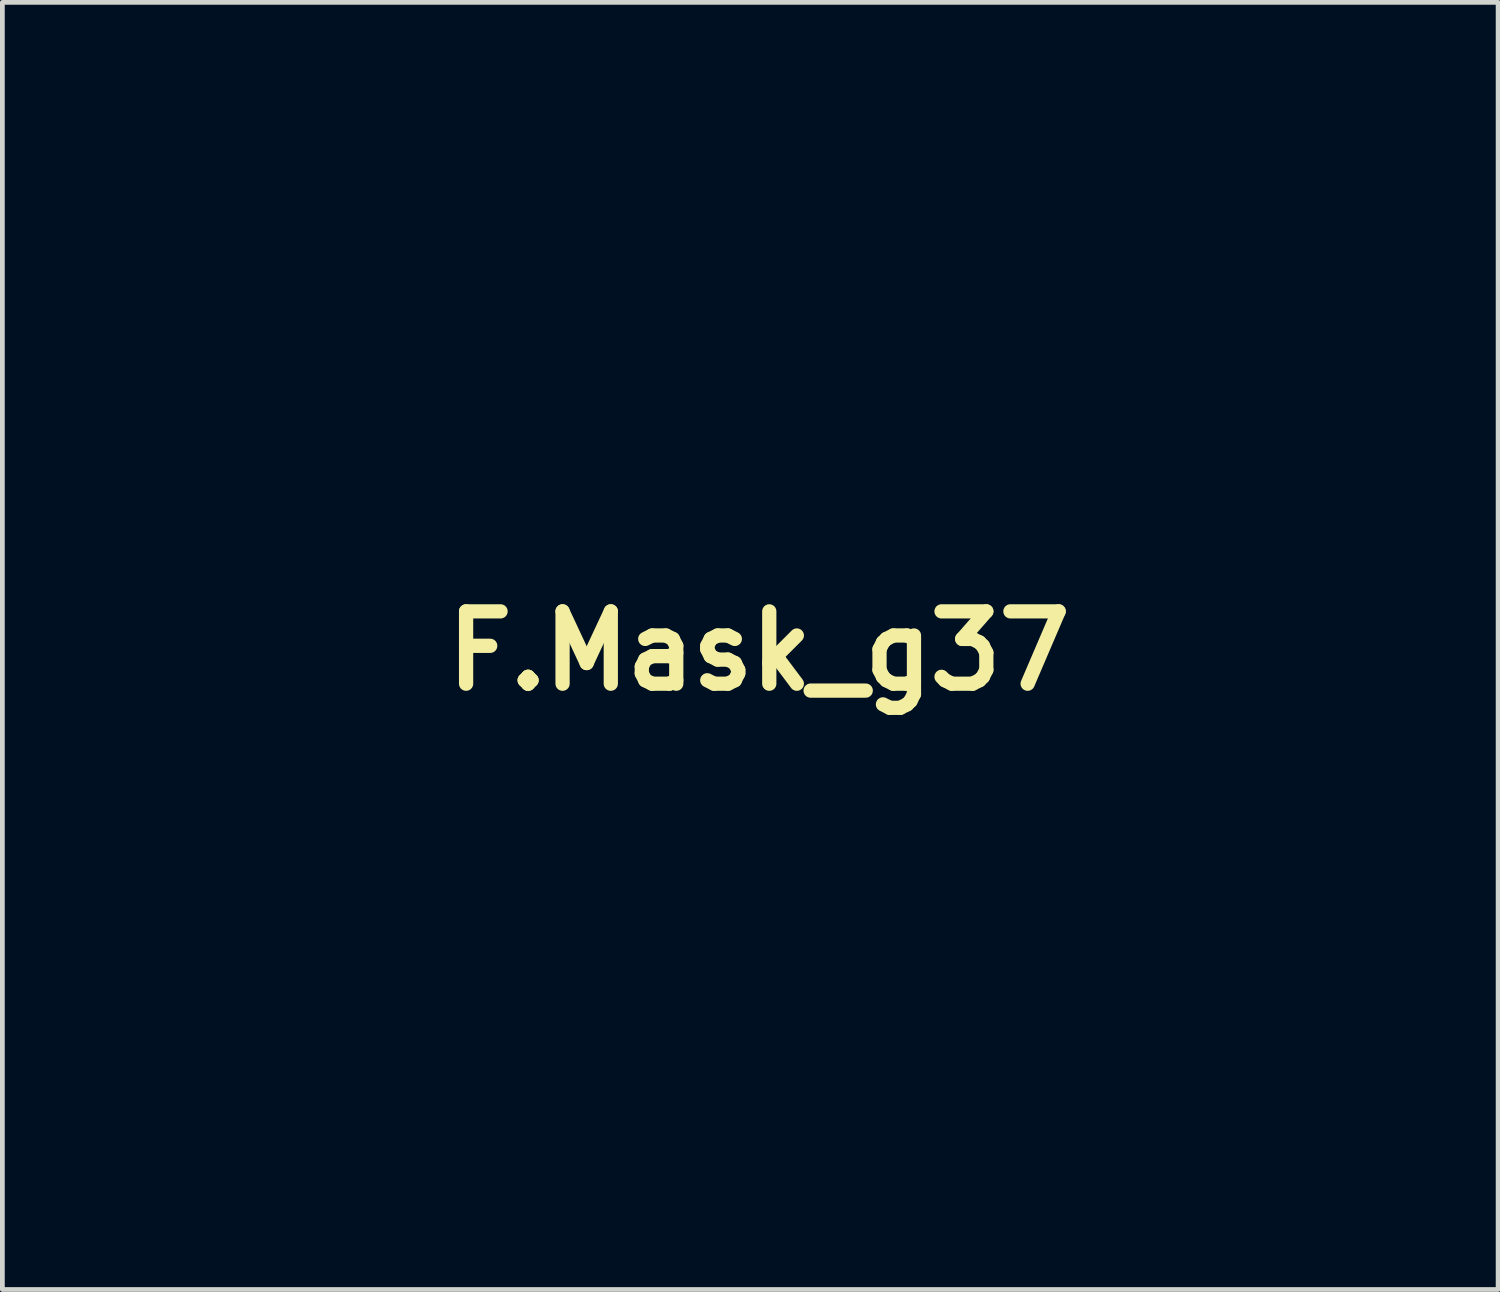
<source format=kicad_pcb>
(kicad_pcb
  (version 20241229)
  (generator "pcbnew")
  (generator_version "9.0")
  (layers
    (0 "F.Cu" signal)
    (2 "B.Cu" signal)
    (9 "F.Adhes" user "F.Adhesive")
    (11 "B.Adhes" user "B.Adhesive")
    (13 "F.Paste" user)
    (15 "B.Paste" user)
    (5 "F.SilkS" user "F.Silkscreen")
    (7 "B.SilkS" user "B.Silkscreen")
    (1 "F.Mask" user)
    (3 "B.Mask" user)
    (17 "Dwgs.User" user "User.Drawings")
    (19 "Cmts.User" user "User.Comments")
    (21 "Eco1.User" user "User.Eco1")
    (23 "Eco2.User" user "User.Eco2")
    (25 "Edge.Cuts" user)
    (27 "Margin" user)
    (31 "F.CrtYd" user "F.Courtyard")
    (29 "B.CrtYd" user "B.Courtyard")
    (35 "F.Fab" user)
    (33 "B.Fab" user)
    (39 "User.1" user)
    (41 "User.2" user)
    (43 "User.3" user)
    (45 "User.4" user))
  (footprint "F.Mask_g37"
    (layer "F.Cu")
    (at 12.937 10.663)
    (property "Reference" "F.Mask_g37" (at 0 0 0) (layer "F.SilkS") (effects (font (size 1.524 1.524) (thickness 0.3))))
    (attr through_hole)
    (fp_poly (pts (xy -5.735 -10.649) (xy -5.263 -10.564) (xy -4.803 -10.401) (xy -4.351 -10.16) (xy -3.905 -9.837) (xy -3.47 -9.441) (xy -3.212 -9.172) (xy -2.957 -8.876) (xy -2.695 -8.542) (xy -2.416 -8.16) (xy -2.113 -7.717) (xy -2.003 -7.551) (xy -1.576 -6.856) (xy -1.209 -6.16) (xy -0.909 -5.476) (xy -0.68 -4.815) (xy -0.664 -4.763) (xy -0.622 -4.637) (xy -0.582 -4.578) (xy -0.533 -4.57) (xy -0.524 -4.572) (xy -0.421 -4.586) (xy -0.273 -4.592) (xy -0.109 -4.59) (xy 0.043 -4.581) (xy 0.151 -4.566) (xy 0.178 -4.557) (xy 0.234 -4.549) (xy 0.267 -4.605) (xy 0.276 -4.642) (xy 0.348 -4.909) (xy 0.459 -5.231) (xy 0.6 -5.59) (xy 0.766 -5.97) (xy 0.947 -6.354) (xy 1.138 -6.725) (xy 1.329 -7.067) (xy 1.451 -7.265) (xy 1.751 -7.721) (xy 2.058 -8.159) (xy 2.365 -8.571) (xy 2.665 -8.947) (xy 2.948 -9.277) (xy 3.209 -9.553) (xy 3.439 -9.764) (xy 3.461 -9.782) (xy 3.714 -9.969) (xy 4 -10.155) (xy 4.296 -10.326) (xy 4.578 -10.467) (xy 4.821 -10.565) (xy 4.826 -10.567) (xy 4.986 -10.604) (xy 5.196 -10.631) (xy 5.435 -10.646) (xy 5.683 -10.651) (xy 5.919 -10.644) (xy 6.124 -10.626) (xy 6.276 -10.597) (xy 6.331 -10.576) (xy 6.539 -10.421) (xy 6.726 -10.205) (xy 6.883 -9.947) (xy 7.001 -9.668) (xy 7.07 -9.387) (xy 7.081 -9.122) (xy 7.065 -9.015) (xy 6.962 -8.739) (xy 6.793 -8.502) (xy 6.572 -8.311) (xy 6.312 -8.175) (xy 6.026 -8.1) (xy 5.728 -8.094) (xy 5.534 -8.131) (xy 5.316 -8.232) (xy 5.145 -8.395) (xy 5.029 -8.605) (xy 4.974 -8.849) (xy 4.989 -9.113) (xy 4.995 -9.141) (xy 5.079 -9.403) (xy 5.201 -9.606) (xy 5.352 -9.744) (xy 5.526 -9.813) (xy 5.713 -9.806) (xy 5.842 -9.758) (xy 5.992 -9.645) (xy 6.074 -9.49) (xy 6.096 -9.31) (xy 6.063 -9.106) (xy 5.964 -8.955) (xy 5.798 -8.856) (xy 5.759 -8.843) (xy 5.597 -8.816) (xy 5.465 -8.84) (xy 5.372 -8.861) (xy 5.334 -8.833) (xy 5.345 -8.748) (xy 5.376 -8.659) (xy 5.444 -8.572) (xy 5.568 -8.488) (xy 5.718 -8.421) (xy 5.867 -8.384) (xy 5.909 -8.382) (xy 6.061 -8.412) (xy 6.24 -8.494) (xy 6.419 -8.614) (xy 6.544 -8.724) (xy 6.633 -8.82) (xy 6.683 -8.899) (xy 6.704 -8.992) (xy 6.71 -9.131) (xy 6.71 -9.178) (xy 6.676 -9.481) (xy 6.579 -9.761) (xy 6.429 -10.004) (xy 6.235 -10.197) (xy 6.005 -10.324) (xy 5.98 -10.333) (xy 5.776 -10.368) (xy 5.52 -10.362) (xy 5.233 -10.319) (xy 4.933 -10.244) (xy 4.641 -10.141) (xy 4.377 -10.012) (xy 4.365 -10.005) (xy 4.019 -9.778) (xy 3.653 -9.488) (xy 3.285 -9.153) (xy 2.929 -8.787) (xy 2.604 -8.406) (xy 2.487 -8.255) (xy 2.157 -7.776) (xy 1.827 -7.229) (xy 1.504 -6.629) (xy 1.198 -5.991) (xy 0.915 -5.332) (xy 0.664 -4.667) (xy 0.637 -4.589) (xy 0.548 -4.33) (xy 0.649 -4.123) (xy 0.754 -3.854) (xy 0.783 -3.615) (xy 0.739 -3.393) (xy 0.619 -3.176) (xy 0.615 -3.171) (xy 0.53 -3.053) (xy 0.452 -2.947) (xy 0.441 -2.932) (xy 0.396 -2.858) (xy 0.402 -2.796) (xy 0.443 -2.727) (xy 0.515 -2.617) (xy 0.732 -2.98) (xy 1.583 -2.98) (xy 1.602 -2.982) (xy 1.653 -3.015) (xy 1.837 -3.132) (xy 2.056 -3.254) (xy 2.277 -3.364) (xy 2.468 -3.445) (xy 2.508 -3.46) (xy 2.683 -3.499) (xy 2.914 -3.525) (xy 3.173 -3.536) (xy 3.434 -3.531) (xy 3.668 -3.509) (xy 3.73 -3.499) (xy 3.924 -3.464) (xy 3.951 -3.669) (xy 4.024 -3.98) (xy 4.152 -4.273) (xy 4.324 -4.533) (xy 4.53 -4.744) (xy 4.76 -4.891) (xy 4.844 -4.925) (xy 5.027 -4.977) (xy 5.184 -4.991) (xy 5.352 -4.968) (xy 5.506 -4.927) (xy 5.799 -4.805) (xy 6.023 -4.636) (xy 6.177 -4.428) (xy 6.257 -4.189) (xy 6.26 -3.926) (xy 6.184 -3.646) (xy 6.066 -3.417) (xy 5.901 -3.228) (xy 5.693 -3.106) (xy 5.456 -3.057) (xy 5.217 -3.084) (xy 4.977 -3.184) (xy 4.797 -3.34) (xy 4.694 -3.502) (xy 4.626 -3.72) (xy 4.639 -3.926) (xy 4.735 -4.126) (xy 4.843 -4.257) (xy 4.997 -4.389) (xy 5.139 -4.444) (xy 5.285 -4.423) (xy 5.42 -4.35) (xy 5.549 -4.22) (xy 5.607 -4.067) (xy 5.597 -3.907) (xy 5.521 -3.761) (xy 5.382 -3.647) (xy 5.328 -3.622) (xy 5.215 -3.586) (xy 5.135 -3.575) (xy 5.12 -3.579) (xy 5.097 -3.571) (xy 5.102 -3.548) (xy 5.158 -3.489) (xy 5.258 -3.43) (xy 5.366 -3.392) (xy 5.411 -3.387) (xy 5.537 -3.421) (xy 5.678 -3.509) (xy 5.806 -3.632) (xy 5.889 -3.757) (xy 5.949 -3.964) (xy 5.932 -4.165) (xy 5.847 -4.346) (xy 5.702 -4.495) (xy 5.506 -4.6) (xy 5.296 -4.647) (xy 5.06 -4.633) (xy 4.851 -4.542) (xy 4.663 -4.371) (xy 4.64 -4.344) (xy 4.478 -4.092) (xy 4.388 -3.822) (xy 4.361 -3.523) (xy 4.399 -3.211) (xy 4.509 -2.942) (xy 4.686 -2.722) (xy 4.926 -2.556) (xy 5.195 -2.457) (xy 5.374 -2.433) (xy 5.59 -2.434) (xy 5.81 -2.458) (xy 6.001 -2.502) (xy 6.088 -2.537) (xy 6.314 -2.7) (xy 6.51 -2.938) (xy 6.675 -3.247) (xy 6.805 -3.621) (xy 6.899 -4.055) (xy 6.955 -4.546) (xy 6.961 -4.636) (xy 7.004 -5.179) (xy 7.069 -5.65) (xy 7.157 -6.056) (xy 7.272 -6.408) (xy 7.415 -6.714) (xy 7.472 -6.812) (xy 7.555 -6.948) (xy 7.614 -7.052) (xy 7.641 -7.107) (xy 7.641 -7.112) (xy 7.584 -7.094) (xy 7.463 -7.044) (xy 7.291 -6.968) (xy 7.081 -6.871) (xy 6.844 -6.76) (xy 6.592 -6.64) (xy 6.339 -6.517) (xy 6.095 -6.397) (xy 5.874 -6.286) (xy 5.688 -6.189) (xy 5.591 -6.136) (xy 5.241 -5.939) (xy 4.918 -5.748) (xy 4.608 -5.554) (xy 4.297 -5.348) (xy 3.972 -5.12) (xy 3.62 -4.861) (xy 3.227 -4.563) (xy 2.922 -4.327) (xy 2.517 -4) (xy 2.185 -3.703) (xy 1.919 -3.432) (xy 1.714 -3.181) (xy 1.68 -3.133) (xy 1.608 -3.027) (xy 1.583 -2.98) (xy 0.732 -2.98) (xy 0.782 -3.063) (xy 1.088 -3.54) (xy 1.408 -3.972) (xy 1.756 -4.375) (xy 2.146 -4.762) (xy 2.591 -5.149) (xy 3.013 -5.482) (xy 3.979 -6.173) (xy 4.942 -6.78) (xy 5.905 -7.305) (xy 6.636 -7.641) (xy 10.064 -7.641) (xy 10.284 -7.499) (xy 10.444 -7.383) (xy 10.608 -7.246) (xy 10.685 -7.173) (xy 10.791 -7.049) (xy 10.901 -6.894) (xy 11.003 -6.729) (xy 11.083 -6.577) (xy 11.128 -6.459) (xy 11.134 -6.421) (xy 11.147 -6.328) (xy 11.181 -6.236) (xy 11.22 -6.172) (xy 11.254 -6.162) (xy 11.255 -6.163) (xy 11.286 -6.218) (xy 11.338 -6.331) (xy 11.402 -6.478) (xy 11.419 -6.519) (xy 11.532 -6.804) (xy 11.608 -7.023) (xy 11.647 -7.189) (xy 11.649 -7.312) (xy 11.616 -7.401) (xy 11.548 -7.47) (xy 11.483 -7.509) (xy 11.25 -7.599) (xy 10.967 -7.662) (xy 10.665 -7.696) (xy 10.377 -7.694) (xy 10.186 -7.668) (xy 10.064 -7.641) (xy 6.636 -7.641) (xy 6.869 -7.748) (xy 7.705 -8.066) (xy 8.174 -8.21) (xy 8.663 -8.33) (xy 9.163 -8.425) (xy 9.66 -8.493) (xy 10.145 -8.535) (xy 10.605 -8.549) (xy 11.03 -8.536) (xy 11.408 -8.493) (xy 11.727 -8.421) (xy 11.943 -8.337) (xy 12.17 -8.193) (xy 12.357 -8.016) (xy 12.491 -7.822) (xy 12.555 -7.635) (xy 12.566 -7.328) (xy 12.502 -7.027) (xy 12.434 -6.858) (xy 12.36 -6.696) (xy 12.27 -6.501) (xy 12.191 -6.329) (xy 12.089 -6.101) (xy 11.976 -5.833) (xy 11.856 -5.538) (xy 11.733 -5.225) (xy 11.61 -4.908) (xy 11.493 -4.596) (xy 11.386 -4.301) (xy 11.292 -4.035) (xy 11.217 -3.809) (xy 11.163 -3.634) (xy 11.136 -3.522) (xy 11.134 -3.497) (xy 11.118 -3.409) (xy 11.076 -3.261) (xy 11.013 -3.068) (xy 10.936 -2.849) (xy 10.851 -2.621) (xy 10.763 -2.4) (xy 10.68 -2.205) (xy 10.629 -2.095) (xy 10.467 -1.788) (xy 10.273 -1.461) (xy 10.062 -1.137) (xy 9.849 -0.837) (xy 9.647 -0.583) (xy 9.56 -0.486) (xy 9.447 -0.359) (xy 9.362 -0.25) (xy 9.317 -0.178) (xy 9.313 -0.164) (xy 9.33 -0.102) (xy 9.373 0.017) (xy 9.437 0.174) (xy 9.485 0.285) (xy 9.677 0.812) (xy 9.785 1.327) (xy 9.81 1.83) (xy 9.751 2.32) (xy 9.609 2.798) (xy 9.541 2.96) (xy 9.293 3.418) (xy 9.001 3.807) (xy 8.667 4.125) (xy 8.294 4.369) (xy 7.882 4.54) (xy 7.435 4.634) (xy 7.362 4.642) (xy 7.217 4.658) (xy 7.112 4.676) (xy 7.07 4.691) (xy 7.07 4.692) (xy 7.084 4.739) (xy 7.124 4.847) (xy 7.182 5.001) (xy 7.245 5.162) (xy 7.324 5.371) (xy 7.397 5.577) (xy 7.454 5.753) (xy 7.48 5.842) (xy 7.512 6.021) (xy 7.538 6.262) (xy 7.557 6.545) (xy 7.567 6.847) (xy 7.569 7.146) (xy 7.56 7.421) (xy 7.542 7.65) (xy 7.539 7.676) (xy 7.459 8.14) (xy 7.349 8.586) (xy 7.213 9.002) (xy 7.056 9.377) (xy 6.882 9.698) (xy 6.697 9.955) (xy 6.56 10.091) (xy 6.338 10.259) (xy 6.136 10.366) (xy 5.93 10.42) (xy 5.737 10.433) (xy 5.571 10.427) (xy 5.433 10.405) (xy 5.291 10.358) (xy 5.109 10.276) (xy 5.108 10.276) (xy 4.854 10.144) (xy 4.566 9.975) (xy 4.275 9.79) (xy 4.009 9.606) (xy 3.854 9.487) (xy 3.727 9.385) (xy 3.61 9.291) (xy 3.558 9.25) (xy 3.514 9.211) (xy 4.847 9.211) (xy 4.995 9.294) (xy 5.145 9.371) (xy 5.27 9.413) (xy 5.408 9.428) (xy 5.576 9.426) (xy 5.741 9.412) (xy 5.853 9.38) (xy 5.94 9.322) (xy 5.952 9.311) (xy 6.058 9.202) (xy 6.161 9.074) (xy 6.247 8.951) (xy 6.299 8.853) (xy 6.308 8.82) (xy 6.285 8.796) (xy 6.211 8.825) (xy 6.149 8.862) (xy 5.938 8.969) (xy 5.674 9.064) (xy 5.386 9.138) (xy 5.144 9.178) (xy 4.847 9.211) (xy 3.514 9.211) (xy 3.429 9.137) (xy 3.26 8.976) (xy 3.065 8.781) (xy 2.861 8.57) (xy 2.662 8.358) (xy 2.483 8.16) (xy 2.34 7.991) (xy 2.314 7.959) (xy 1.942 7.443) (xy 1.591 6.869) (xy 1.269 6.252) (xy 0.98 5.607) (xy 0.731 4.95) (xy 0.646 4.675) (xy 1.365 4.675) (xy 1.375 4.717) (xy 1.413 4.821) (xy 1.474 4.971) (xy 1.549 5.15) (xy 1.633 5.343) (xy 1.719 5.535) (xy 1.8 5.709) (xy 1.869 5.851) (xy 1.876 5.863) (xy 2.008 6.109) (xy 2.148 6.349) (xy 2.288 6.572) (xy 2.422 6.77) (xy 2.542 6.931) (xy 2.642 7.048) (xy 2.715 7.109) (xy 2.753 7.106) (xy 2.775 7.038) (xy 2.804 6.912) (xy 2.835 6.754) (xy 2.839 6.731) (xy 2.868 6.493) (xy 2.886 6.194) (xy 2.892 5.857) (xy 2.889 5.508) (xy 2.874 5.167) (xy 2.849 4.86) (xy 2.819 4.636) (xy 2.78 4.408) (xy 2.75 4.256) (xy 2.723 4.172) (xy 2.692 4.149) (xy 2.652 4.178) (xy 2.595 4.252) (xy 2.555 4.31) (xy 2.361 4.521) (xy 2.128 4.661) (xy 1.868 4.725) (xy 1.592 4.71) (xy 1.567 4.705) (xy 1.452 4.682) (xy 1.378 4.673) (xy 1.365 4.675) (xy 0.646 4.675) (xy 0.528 4.295) (xy 0.378 3.659) (xy 0.285 3.055) (xy 0.27 2.879) (xy 0.255 2.688) (xy 0.243 2.574) (xy 0.231 2.529) (xy 0.219 2.545) (xy 0.205 2.603) (xy 0.179 2.761) (xy 0.148 2.985) (xy 0.113 3.258) (xy 0.076 3.562) (xy 0.041 3.878) (xy 0.009 4.19) (xy -0.007 4.353) (xy -0.034 4.619) (xy -0.062 4.81) (xy -0.094 4.934) (xy -0.131 5.003) (xy -0.179 5.024) (xy -0.221 5.015) (xy -0.273 4.957) (xy -0.306 4.826) (xy -0.313 4.77) (xy -0.334 4.569) (xy -0.36 4.326) (xy -0.39 4.056) (xy -0.422 3.775) (xy -0.454 3.499) (xy -0.484 3.242) (xy -0.51 3.022) (xy -0.531 2.854) (xy -0.545 2.754) (xy -0.546 2.752) (xy -0.568 2.649) (xy -0.589 2.625) (xy -0.611 2.682) (xy -0.634 2.821) (xy -0.657 3.021) (xy -0.709 3.403) (xy -0.794 3.838) (xy -0.906 4.302) (xy -1.038 4.775) (xy -1.185 5.232) (xy -1.34 5.651) (xy -1.378 5.744) (xy -1.74 6.507) (xy -2.169 7.234) (xy -2.659 7.918) (xy -3.203 8.552) (xy -3.796 9.127) (xy -4.431 9.638) (xy -4.994 10.011) (xy -5.356 10.212) (xy -5.672 10.35) (xy -5.95 10.427) (xy -6.196 10.445) (xy -6.377 10.418) (xy -6.582 10.331) (xy -6.8 10.18) (xy -7.013 9.981) (xy -7.208 9.748) (xy -7.366 9.498) (xy -7.412 9.405) (xy -7.633 8.851) (xy -7.657 8.767) (xy -6.683 8.767) (xy -6.682 8.815) (xy -6.626 8.924) (xy -6.556 9.033) (xy -6.45 9.17) (xy -6.329 9.293) (xy -6.271 9.34) (xy -6.178 9.397) (xy -6.09 9.427) (xy -5.976 9.435) (xy -5.821 9.428) (xy -5.597 9.401) (xy -5.426 9.346) (xy -5.355 9.309) (xy -5.186 9.207) (xy -5.543 9.173) (xy -5.868 9.119) (xy -6.173 9.026) (xy -6.434 8.903) (xy -6.515 8.851) (xy -6.627 8.78) (xy -6.683 8.767) (xy -7.657 8.767) (xy -7.793 8.289) (xy -7.896 7.698) (xy -7.945 7.091) (xy -7.947 6.844) (xy -7.057 6.844) (xy -7.018 7.318) (xy -6.901 7.761) (xy -6.712 8.161) (xy -6.531 8.42) (xy -6.327 8.606) (xy -6.084 8.733) (xy -5.905 8.788) (xy -5.686 8.831) (xy -5.479 8.84) (xy -5.252 8.817) (xy -5.08 8.784) (xy -4.693 8.669) (xy -4.358 8.496) (xy -4.062 8.256) (xy -4.052 8.247) (xy -3.804 7.955) (xy -3.636 7.643) (xy -3.542 7.301) (xy -3.52 7.079) (xy -3.516 6.893) (xy -3.525 6.759) (xy -3.552 6.647) (xy -3.604 6.526) (xy -3.616 6.501) (xy -3.809 6.203) (xy -3.976 6.04) (xy -3.251 6.04) (xy -3.243 6.288) (xy -3.224 6.498) (xy -3.22 6.529) (xy -3.186 6.773) (xy -3.16 6.944) (xy -3.14 7.052) (xy -3.121 7.11) (xy -3.1 7.127) (xy -3.074 7.115) (xy -3.038 7.084) (xy -3.036 7.082) (xy -2.979 7.017) (xy -2.89 6.898) (xy -2.78 6.743) (xy -2.673 6.583) (xy -2.537 6.365) (xy -2.396 6.123) (xy -2.255 5.868) (xy -2.121 5.611) (xy -1.998 5.365) (xy -1.893 5.139) (xy -1.811 4.946) (xy -1.757 4.797) (xy -1.737 4.703) (xy -1.743 4.678) (xy -1.79 4.677) (xy -1.889 4.695) (xy -1.933 4.705) (xy -2.105 4.728) (xy -2.303 4.708) (xy -2.351 4.699) (xy -2.504 4.657) (xy -2.625 4.596) (xy -2.748 4.493) (xy -2.8 4.443) (xy -2.904 4.33) (xy -2.978 4.232) (xy -3.006 4.172) (xy -3.026 4.114) (xy -3.043 4.106) (xy -3.081 4.147) (xy -3.117 4.259) (xy -3.151 4.432) (xy -3.181 4.652) (xy -3.207 4.908) (xy -3.228 5.187) (xy -3.243 5.477) (xy -3.251 5.765) (xy -3.251 6.04) (xy -3.976 6.04) (xy -4.071 5.948) (xy -4.307 5.79) (xy -4.447 5.717) (xy -4.564 5.675) (xy -4.694 5.658) (xy -4.868 5.656) (xy -5.087 5.668) (xy -5.251 5.702) (xy -5.355 5.746) (xy -5.628 5.932) (xy -5.842 6.173) (xy -5.989 6.457) (xy -6.063 6.774) (xy -6.07 6.943) (xy -6.035 7.202) (xy -5.938 7.405) (xy -5.776 7.554) (xy -5.546 7.656) (xy -5.524 7.662) (xy -5.298 7.689) (xy -5.083 7.638) (xy -4.871 7.504) (xy -4.81 7.45) (xy -4.709 7.348) (xy -4.656 7.264) (xy -4.638 7.164) (xy -4.636 7.074) (xy -4.647 6.921) (xy -4.687 6.818) (xy -4.731 6.765) (xy -4.826 6.67) (xy -4.826 6.806) (xy -4.868 6.965) (xy -4.949 7.079) (xy -5.097 7.19) (xy -5.262 7.223) (xy -5.429 7.177) (xy -5.544 7.093) (xy -5.647 6.944) (xy -5.677 6.779) (xy -5.639 6.613) (xy -5.538 6.462) (xy -5.379 6.341) (xy -5.264 6.291) (xy -5.099 6.241) (xy -4.974 6.228) (xy -4.849 6.253) (xy -4.702 6.31) (xy -4.491 6.442) (xy -4.345 6.619) (xy -4.266 6.83) (xy -4.257 7.063) (xy -4.321 7.305) (xy -4.419 7.485) (xy -4.628 7.732) (xy -4.871 7.904) (xy -5.14 7.998) (xy -5.43 8.013) (xy -5.598 7.985) (xy -5.87 7.885) (xy -6.088 7.722) (xy -6.254 7.502) (xy -6.306 7.407) (xy -6.34 7.321) (xy -6.359 7.221) (xy -6.368 7.086) (xy -6.371 6.893) (xy -6.371 6.837) (xy -6.368 6.624) (xy -6.36 6.472) (xy -6.341 6.36) (xy -6.309 6.264) (xy -6.259 6.16) (xy -6.258 6.159) (xy -6.118 5.95) (xy -5.927 5.745) (xy -5.713 5.569) (xy -5.514 5.454) (xy -5.212 5.364) (xy -4.878 5.337) (xy -4.536 5.372) (xy -4.205 5.466) (xy -3.909 5.618) (xy -3.888 5.631) (xy -3.641 5.8) (xy -3.64 5.62) (xy -3.634 5.494) (xy -3.616 5.317) (xy -3.59 5.121) (xy -3.581 5.059) (xy -3.55 4.85) (xy -3.52 4.638) (xy -3.497 4.462) (xy -3.493 4.428) (xy -3.464 4.179) (xy -3.605 4.268) (xy -3.941 4.444) (xy -4.305 4.572) (xy -4.668 4.644) (xy -4.874 4.657) (xy -5.061 4.647) (xy -5.177 4.612) (xy -5.234 4.545) (xy -5.244 4.438) (xy -5.242 4.416) (xy -5.228 4.297) (xy -4.826 4.271) (xy -4.431 4.229) (xy -4.102 4.149) (xy -3.83 4.026) (xy -3.606 3.851) (xy -3.419 3.617) (xy -3.325 3.435) (xy -2.791 3.435) (xy -2.775 3.688) (xy -2.735 3.91) (xy -2.673 4.08) (xy -2.652 4.114) (xy -2.49 4.296) (xy -2.306 4.404) (xy -2.111 4.435) (xy -1.914 4.388) (xy -1.764 4.292) (xy -1.551 4.06) (xy -1.405 3.789) (xy -1.354 3.617) (xy -1.326 3.366) (xy -1.361 3.159) (xy -1.462 2.981) (xy -1.525 2.91) (xy -1.676 2.791) (xy -1.814 2.754) (xy -1.945 2.796) (xy -1.971 2.814) (xy -2.028 2.86) (xy -2.016 2.875) (xy -1.968 2.877) (xy -1.826 2.916) (xy -1.689 3.012) (xy -1.589 3.141) (xy -1.569 3.189) (xy -1.55 3.364) (xy -1.6 3.525) (xy -1.705 3.655) (xy -1.85 3.737) (xy -2.022 3.754) (xy -2.05 3.75) (xy -2.165 3.703) (xy -2.289 3.614) (xy -2.331 3.574) (xy -2.409 3.487) (xy -2.453 3.411) (xy -2.471 3.314) (xy -2.474 3.168) (xy -2.474 3.141) (xy -2.442 2.869) (xy -2.357 2.646) (xy -2.226 2.48) (xy -2.055 2.377) (xy -1.851 2.345) (xy -1.779 2.352) (xy -1.527 2.417) (xy -1.312 2.531) (xy -1.259 2.573) (xy -1.194 2.616) (xy -1.164 2.617) (xy -1.144 2.559) (xy -1.125 2.433) (xy -1.106 2.258) (xy -1.09 2.051) (xy -1.078 1.83) (xy -1.07 1.612) (xy -1.068 1.415) (xy -1.068 1.41) (xy 0.691 1.41) (xy 0.694 1.598) (xy 0.703 1.814) (xy 0.719 2.038) (xy 0.738 2.248) (xy 0.759 2.421) (xy 0.782 2.538) (xy 0.788 2.559) (xy 0.815 2.59) (xy 0.871 2.578) (xy 0.972 2.52) (xy 1.221 2.398) (xy 1.457 2.352) (xy 1.669 2.378) (xy 1.85 2.475) (xy 1.991 2.64) (xy 2.078 2.849) (xy 2.106 3.042) (xy 2.097 3.249) (xy 2.056 3.434) (xy 2.011 3.529) (xy 1.896 3.644) (xy 1.741 3.724) (xy 1.582 3.753) (xy 1.523 3.746) (xy 1.391 3.682) (xy 1.275 3.566) (xy 1.2 3.428) (xy 1.185 3.343) (xy 1.215 3.157) (xy 1.307 3.019) (xy 1.468 2.924) (xy 1.614 2.881) (xy 1.757 2.849) (xy 1.637 2.792) (xy 1.48 2.761) (xy 1.316 2.8) (xy 1.167 2.902) (xy 1.071 3.027) (xy 0.987 3.257) (xy 0.975 3.507) (xy 1.032 3.761) (xy 1.152 4.004) (xy 1.331 4.22) (xy 1.456 4.325) (xy 1.639 4.421) (xy 1.82 4.437) (xy 2.019 4.375) (xy 2.18 4.254) (xy 2.308 4.068) (xy 2.399 3.831) (xy 2.445 3.56) (xy 2.442 3.286) (xy 2.398 3.029) (xy 2.311 2.721) (xy 2.189 2.38) (xy 2.04 2.024) (xy 1.871 1.669) (xy 1.688 1.334) (xy 1.57 1.143) (xy 1.452 0.97) (xy 1.322 0.793) (xy 1.19 0.625) (xy 1.067 0.477) (xy 0.962 0.363) (xy 0.886 0.294) (xy 0.849 0.281) (xy 0.828 0.341) (xy 0.801 0.471) (xy 0.772 0.654) (xy 0.741 0.878) (xy 0.712 1.126) (xy 0.697 1.271) (xy 0.691 1.41) (xy -1.068 1.41) (xy -1.072 1.27) (xy -1.088 1.064) (xy -1.111 0.85) (xy -1.137 0.647) (xy -1.166 0.471) (xy -1.193 0.337) (xy -1.216 0.263) (xy -1.226 0.254) (xy -1.27 0.286) (xy -1.353 0.375) (xy -1.462 0.506) (xy -1.588 0.665) (xy -1.718 0.841) (xy -1.84 1.013) (xy -2.044 1.336) (xy -2.237 1.687) (xy -2.412 2.047) (xy -2.561 2.401) (xy -2.678 2.732) (xy -2.755 3.024) (xy -2.78 3.177) (xy -2.791 3.435) (xy -3.325 3.435) (xy -3.262 3.315) (xy -3.125 2.939) (xy -3.093 2.836) (xy -2.87 2.203) (xy -2.575 1.567) (xy -2.219 0.948) (xy -1.812 0.365) (xy -1.679 0.197) (xy -1.572 0.059) (xy -1.479 -0.071) (xy -1.421 -0.164) (xy -1.382 -0.266) (xy -1.35 -0.396) (xy -1.328 -0.529) (xy -1.319 -0.642) (xy -1.325 -0.683) (xy 0.941 -0.683) (xy 0.943 -0.589) (xy 0.966 -0.458) (xy 1.008 -0.312) (xy 1.055 -0.192) (xy 1.115 -0.085) (xy 1.214 0.064) (xy 1.336 0.228) (xy 1.406 0.318) (xy 1.718 0.731) (xy 1.995 1.161) (xy 2.243 1.622) (xy 2.472 2.129) (xy 2.689 2.7) (xy 2.779 2.963) (xy 2.85 3.166) (xy 2.925 3.358) (xy 2.993 3.513) (xy 3.029 3.583) (xy 3.217 3.824) (xy 3.471 4.016) (xy 3.784 4.157) (xy 4.152 4.244) (xy 4.561 4.274) (xy 4.72 4.277) (xy 4.814 4.287) (xy 4.863 4.312) (xy 4.886 4.356) (xy 4.892 4.378) (xy 4.893 4.496) (xy 4.867 4.574) (xy 4.839 4.618) (xy 4.798 4.644) (xy 4.727 4.655) (xy 4.607 4.655) (xy 4.43 4.646) (xy 4.03 4.592) (xy 3.652 4.478) (xy 3.32 4.313) (xy 3.288 4.292) (xy 3.188 4.231) (xy 3.123 4.2) (xy 3.11 4.199) (xy 3.11 4.245) (xy 3.12 4.355) (xy 3.139 4.513) (xy 3.156 4.636) (xy 3.189 4.874) (xy 3.224 5.134) (xy 3.256 5.371) (xy 3.264 5.433) (xy 3.312 5.806) (xy 3.423 5.701) (xy 3.651 5.538) (xy 3.935 5.417) (xy 4.103 5.373) (xy 4.298 5.348) (xy 4.529 5.342) (xy 4.766 5.353) (xy 4.981 5.38) (xy 5.146 5.422) (xy 5.165 5.429) (xy 5.4 5.57) (xy 5.618 5.782) (xy 5.805 6.048) (xy 5.872 6.174) (xy 5.951 6.345) (xy 5.997 6.478) (xy 6.021 6.61) (xy 6.028 6.775) (xy 6.029 6.864) (xy 6.026 7.056) (xy 6.011 7.196) (xy 5.978 7.314) (xy 5.92 7.443) (xy 5.903 7.476) (xy 5.742 7.717) (xy 5.594 7.851) (xy 5.504 7.911) (xy 5.423 7.949) (xy 5.33 7.969) (xy 5.199 7.978) (xy 5.007 7.98) (xy 5.002 7.98) (xy 4.81 7.978) (xy 4.678 7.97) (xy 4.583 7.95) (xy 4.501 7.912) (xy 4.407 7.851) (xy 4.396 7.843) (xy 4.26 7.726) (xy 4.125 7.576) (xy 4.058 7.483) (xy 3.973 7.332) (xy 3.93 7.2) (xy 3.917 7.046) (xy 3.916 7.02) (xy 3.925 6.858) (xy 3.962 6.733) (xy 4.041 6.603) (xy 4.045 6.597) (xy 4.225 6.4) (xy 4.43 6.276) (xy 4.651 6.23) (xy 4.88 6.264) (xy 4.933 6.284) (xy 5.12 6.399) (xy 5.247 6.552) (xy 5.305 6.731) (xy 5.289 6.919) (xy 5.271 6.968) (xy 5.174 7.11) (xy 5.041 7.192) (xy 4.889 7.216) (xy 4.738 7.186) (xy 4.605 7.106) (xy 4.51 6.98) (xy 4.471 6.814) (xy 4.459 6.719) (xy 4.428 6.698) (xy 4.373 6.754) (xy 4.317 6.839) (xy 4.251 7.011) (xy 4.259 7.178) (xy 4.33 7.332) (xy 4.453 7.465) (xy 4.616 7.569) (xy 4.81 7.636) (xy 5.022 7.657) (xy 5.243 7.625) (xy 5.332 7.595) (xy 5.487 7.509) (xy 5.594 7.388) (xy 5.66 7.218) (xy 5.69 6.988) (xy 5.694 6.837) (xy 5.678 6.564) (xy 5.624 6.346) (xy 5.522 6.167) (xy 5.361 6.012) (xy 5.132 5.866) (xy 4.995 5.795) (xy 4.756 5.698) (xy 4.539 5.662) (xy 4.316 5.688) (xy 4.065 5.773) (xy 3.761 5.92) (xy 3.53 6.083) (xy 3.361 6.274) (xy 3.242 6.505) (xy 3.19 6.666) (xy 3.142 7.008) (xy 3.175 7.351) (xy 3.287 7.687) (xy 3.475 8.008) (xy 3.696 8.265) (xy 3.978 8.492) (xy 4.306 8.667) (xy 4.663 8.784) (xy 5.031 8.84) (xy 5.389 8.828) (xy 5.611 8.782) (xy 5.875 8.662) (xy 6.115 8.466) (xy 6.326 8.202) (xy 6.501 7.875) (xy 6.605 7.599) (xy 6.68 7.241) (xy 6.7 6.834) (xy 6.665 6.393) (xy 6.577 5.932) (xy 6.438 5.464) (xy 6.39 5.334) (xy 6.288 5.094) (xy 6.181 4.909) (xy 6.051 4.761) (xy 5.882 4.63) (xy 5.655 4.496) (xy 5.579 4.456) (xy 5.039 4.133) (xy 4.509 3.732) (xy 3.997 3.258) (xy 3.533 2.748) (xy 3.412 2.595) (xy 3.253 2.377) (xy 3.061 2.103) (xy 2.84 1.781) (xy 2.597 1.419) (xy 2.338 1.024) (xy 2.066 0.605) (xy 1.954 0.431) (xy 1.842 0.267) (xy 1.706 0.084) (xy 1.556 -0.105) (xy 1.403 -0.289) (xy 1.257 -0.454) (xy 1.129 -0.589) (xy 1.029 -0.681) (xy 0.968 -0.719) (xy 0.965 -0.72) (xy 0.941 -0.683) (xy -1.325 -0.683) (xy -1.328 -0.71) (xy -1.34 -0.72) (xy -1.397 -0.687) (xy -1.493 -0.596) (xy -1.619 -0.458) (xy -1.768 -0.285) (xy -1.929 -0.086) (xy -2.093 0.126) (xy -2.252 0.34) (xy -2.396 0.546) (xy -2.491 0.691) (xy -2.867 1.278) (xy -3.209 1.792) (xy -3.519 2.236) (xy -3.801 2.613) (xy -4.056 2.927) (xy -4.262 3.155) (xy -4.557 3.445) (xy -4.873 3.726) (xy -5.192 3.985) (xy -5.501 4.21) (xy -5.783 4.389) (xy -5.959 4.481) (xy -6.2 4.606) (xy -6.379 4.731) (xy -6.514 4.877) (xy -6.624 5.062) (xy -6.7 5.234) (xy -6.898 5.802) (xy -7.017 6.338) (xy -7.057 6.844) (xy -7.947 6.844) (xy -7.948 6.675) (xy -7.916 6.284) (xy -7.845 5.895) (xy -7.732 5.491) (xy -7.571 5.05) (xy -7.475 4.815) (xy -7.407 4.657) (xy -7.591 4.657) (xy -7.779 4.64) (xy -8.011 4.594) (xy -8.256 4.528) (xy -8.483 4.45) (xy -8.621 4.389) (xy -8.991 4.163) (xy -9.307 3.884) (xy -9.581 3.543) (xy -9.796 3.177) (xy -10.006 2.694) (xy -10.064 2.477) (xy -8.91 2.477) (xy -8.908 2.686) (xy -8.896 2.835) (xy -8.873 2.946) (xy -8.834 3.043) (xy -8.819 3.072) (xy -8.708 3.233) (xy -8.553 3.4) (xy -8.385 3.542) (xy -8.29 3.602) (xy -8.077 3.69) (xy -7.822 3.754) (xy -7.549 3.792) (xy -7.282 3.801) (xy -7.046 3.779) (xy -6.878 3.73) (xy -6.718 3.628) (xy -6.549 3.469) (xy -6.393 3.278) (xy -6.27 3.079) (xy -6.257 3.051) (xy -6.196 2.855) (xy -6.164 2.609) (xy -6.159 2.342) (xy -6.182 2.084) (xy -6.234 1.863) (xy -6.259 1.8) (xy -6.397 1.558) (xy -6.561 1.392) (xy -6.76 1.298) (xy -6.989 1.27) (xy -7.257 1.305) (xy -7.489 1.405) (xy -7.674 1.561) (xy -7.799 1.764) (xy -7.828 1.85) (xy -7.85 2.045) (xy -7.819 2.24) (xy -7.746 2.417) (xy -7.64 2.561) (xy -7.511 2.659) (xy -7.367 2.693) (xy -7.304 2.685) (xy -7.191 2.657) (xy -7.316 2.581) (xy -7.477 2.447) (xy -7.563 2.292) (xy -7.572 2.128) (xy -7.501 1.966) (xy -7.455 1.909) (xy -7.343 1.815) (xy -7.224 1.78) (xy -7.176 1.778) (xy -6.968 1.814) (xy -6.808 1.917) (xy -6.7 2.082) (xy -6.649 2.303) (xy -6.646 2.382) (xy -6.667 2.578) (xy -6.737 2.726) (xy -6.87 2.845) (xy -7.01 2.923) (xy -7.242 2.992) (xy -7.476 2.986) (xy -7.696 2.911) (xy -7.889 2.776) (xy -8.039 2.588) (xy -8.13 2.361) (xy -8.159 2.145) (xy -8.154 1.906) (xy -8.118 1.68) (xy -8.06 1.512) (xy -7.91 1.307) (xy -7.695 1.144) (xy -7.423 1.03) (xy -7.105 0.969) (xy -6.921 0.959) (xy -6.736 0.962) (xy -6.606 0.978) (xy -6.502 1.012) (xy -6.413 1.06) (xy -6.204 1.218) (xy -6.04 1.411) (xy -5.913 1.658) (xy -5.826 1.912) (xy -5.765 2.273) (xy -5.785 2.642) (xy -5.882 3.007) (xy -6.056 3.356) (xy -6.094 3.415) (xy -6.173 3.538) (xy -6.227 3.632) (xy -6.243 3.676) (xy -6.243 3.677) (xy -6.2 3.667) (xy -6.103 3.626) (xy -5.972 3.561) (xy -5.96 3.555) (xy -5.725 3.42) (xy -5.488 3.255) (xy -5.245 3.056) (xy -4.991 2.818) (xy -4.722 2.536) (xy -4.433 2.205) (xy -4.119 1.819) (xy -3.775 1.373) (xy -3.398 0.863) (xy -3.084 0.427) (xy -2.888 0.154) (xy -2.692 -0.111) (xy -2.508 -0.359) (xy -2.342 -0.575) (xy -2.205 -0.749) (xy -2.105 -0.869) (xy -2.087 -0.889) (xy -2.009 -0.981) (xy -2.008 -0.985) (xy 1.684 -0.985) (xy 1.721 -0.917) (xy 1.802 -0.797) (xy 1.922 -0.629) (xy 2.078 -0.422) (xy 2.265 -0.181) (xy 2.375 -0.042) (xy 2.525 0.149) (xy 2.668 0.334) (xy 2.79 0.495) (xy 2.876 0.613) (xy 2.891 0.635) (xy 3.364 1.305) (xy 3.813 1.893) (xy 4.238 2.401) (xy 4.64 2.828) (xy 5.02 3.175) (xy 5.08 3.224) (xy 5.205 3.316) (xy 5.359 3.417) (xy 5.524 3.515) (xy 5.678 3.6) (xy 5.804 3.659) (xy 5.879 3.683) (xy 5.881 3.683) (xy 5.887 3.654) (xy 5.848 3.58) (xy 5.799 3.513) (xy 5.711 3.382) (xy 5.616 3.212) (xy 5.542 3.058) (xy 5.481 2.901) (xy 5.444 2.763) (xy 5.426 2.612) (xy 5.42 2.413) (xy 5.42 2.378) (xy 5.423 2.172) (xy 5.438 2.017) (xy 5.471 1.879) (xy 5.527 1.724) (xy 5.546 1.677) (xy 5.695 1.39) (xy 5.872 1.181) (xy 6.086 1.042) (xy 6.343 0.97) (xy 6.54 0.956) (xy 6.864 0.985) (xy 7.161 1.071) (xy 7.415 1.208) (xy 7.614 1.389) (xy 7.712 1.534) (xy 7.767 1.663) (xy 7.795 1.805) (xy 7.804 1.993) (xy 7.804 2.032) (xy 7.785 2.301) (xy 7.726 2.512) (xy 7.622 2.683) (xy 7.549 2.76) (xy 7.334 2.913) (xy 7.101 2.988) (xy 6.862 2.986) (xy 6.631 2.906) (xy 6.425 2.752) (xy 6.325 2.64) (xy 6.278 2.542) (xy 6.265 2.424) (xy 6.265 2.421) (xy 6.284 2.223) (xy 6.351 2.063) (xy 6.468 1.914) (xy 6.622 1.804) (xy 6.793 1.773) (xy 6.967 1.821) (xy 7.066 1.888) (xy 7.155 1.981) (xy 7.192 2.083) (xy 7.197 2.175) (xy 7.164 2.371) (xy 7.068 2.515) (xy 6.949 2.589) (xy 6.837 2.633) (xy 6.942 2.674) (xy 7.07 2.69) (xy 7.194 2.635) (xy 7.326 2.504) (xy 7.351 2.472) (xy 7.419 2.371) (xy 7.455 2.274) (xy 7.47 2.146) (xy 7.472 2.032) (xy 7.466 1.866) (xy 7.445 1.752) (xy 7.398 1.657) (xy 7.358 1.601) (xy 7.228 1.468) (xy 7.056 1.365) (xy 6.823 1.281) (xy 6.762 1.264) (xy 6.535 1.243) (xy 6.324 1.304) (xy 6.135 1.443) (xy 6.022 1.582) (xy 5.911 1.774) (xy 5.842 1.967) (xy 5.809 2.188) (xy 5.806 2.459) (xy 5.808 2.519) (xy 5.824 2.732) (xy 5.851 2.893) (xy 5.897 3.034) (xy 5.946 3.142) (xy 6.122 3.417) (xy 6.339 3.619) (xy 6.599 3.749) (xy 6.902 3.805) (xy 7.248 3.789) (xy 7.49 3.741) (xy 7.826 3.63) (xy 8.104 3.482) (xy 8.319 3.3) (xy 8.462 3.092) (xy 8.507 2.972) (xy 8.535 2.803) (xy 8.55 2.581) (xy 8.551 2.335) (xy 8.539 2.095) (xy 8.512 1.892) (xy 8.507 1.863) (xy 8.383 1.486) (xy 8.186 1.144) (xy 7.924 0.841) (xy 7.604 0.585) (xy 7.232 0.381) (xy 7.026 0.308) (xy 7.872 0.308) (xy 8.133 0.567) (xy 8.334 0.788) (xy 8.515 1.028) (xy 8.666 1.27) (xy 8.776 1.498) (xy 8.838 1.696) (xy 8.848 1.787) (xy 8.857 1.847) (xy 8.873 1.851) (xy 8.884 1.8) (xy 8.892 1.685) (xy 8.894 1.528) (xy 8.894 1.46) (xy 8.858 1.074) (xy 8.764 0.722) (xy 8.618 0.423) (xy 8.611 0.413) (xy 8.547 0.327) (xy 8.478 0.276) (xy 8.384 0.255) (xy 8.246 0.26) (xy 8.07 0.281) (xy 7.872 0.308) (xy 7.026 0.308) (xy 6.817 0.235) (xy 6.519 0.173) (xy 6.04 0.116) (xy 5.578 0.096) (xy 5.093 0.112) (xy 4.896 0.128) (xy 4.547 0.152) (xy 4.261 0.154) (xy 4.02 0.134) (xy 3.804 0.09) (xy 3.689 0.055) (xy 3.684 0.07) (xy 3.73 0.132) (xy 3.818 0.228) (xy 3.852 0.262) (xy 3.995 0.409) (xy 4.161 0.587) (xy 4.316 0.76) (xy 4.339 0.786) (xy 4.589 1.088) (xy 4.777 1.353) (xy 4.911 1.594) (xy 4.998 1.825) (xy 5.044 2.061) (xy 5.056 2.265) (xy 5.056 2.433) (xy 5.049 2.535) (xy 5.031 2.588) (xy 4.995 2.611) (xy 4.958 2.618) (xy 4.853 2.6) (xy 4.795 2.514) (xy 4.784 2.429) (xy 4.771 2.343) (xy 4.738 2.208) (xy 4.698 2.071) (xy 4.599 1.809) (xy 4.468 1.556) (xy 4.297 1.301) (xy 4.077 1.031) (xy 3.801 0.735) (xy 3.571 0.508) (xy 3.244 0.205) (xy 2.897 -0.098) (xy 2.545 -0.386) (xy 2.205 -0.647) (xy 1.894 -0.867) (xy 1.696 -0.994) (xy 1.684 -0.985) (xy -2.008 -0.985) (xy -1.996 -1.019) (xy -2.046 -1.003) (xy -2.159 -0.934) (xy -2.336 -0.811) (xy -2.339 -0.808) (xy -2.888 -0.396) (xy -3.384 0.007) (xy -3.824 0.397) (xy -4.204 0.771) (xy -4.52 1.125) (xy -4.768 1.454) (xy -4.944 1.755) (xy -5.008 1.905) (xy -5.058 2.058) (xy -5.109 2.242) (xy -5.135 2.349) (xy -5.171 2.492) (xy -5.206 2.57) (xy -5.253 2.606) (xy -5.304 2.617) (xy -5.39 2.603) (xy -5.44 2.531) (xy -5.457 2.394) (xy -5.442 2.186) (xy -5.44 2.17) (xy -5.385 1.897) (xy -5.284 1.625) (xy -5.132 1.345) (xy -4.923 1.047) (xy -4.651 0.72) (xy -4.46 0.512) (xy -4.044 0.071) (xy -4.276 0.109) (xy -4.565 0.138) (xy -4.921 0.142) (xy -5.352 0.122) (xy -5.531 0.108) (xy -5.85 0.095) (xy -6.197 0.103) (xy -6.55 0.129) (xy -6.883 0.173) (xy -7.174 0.23) (xy -7.337 0.278) (xy -7.755 0.461) (xy -8.117 0.698) (xy -8.417 0.983) (xy -8.651 1.313) (xy -8.813 1.682) (xy -8.852 1.82) (xy -8.877 1.969) (xy -8.897 2.168) (xy -8.908 2.384) (xy -8.91 2.477) (xy -10.064 2.477) (xy -10.134 2.216) (xy -10.181 1.739) (xy -10.166 1.522) (xy -9.27 1.522) (xy -9.27 1.799) (xy -9.126 1.469) (xy -9.043 1.292) (xy -8.953 1.125) (xy -8.876 0.999) (xy -8.864 0.982) (xy -8.777 0.875) (xy -8.654 0.735) (xy -8.521 0.589) (xy -8.499 0.566) (xy -8.251 0.307) (xy -8.481 0.278) (xy -8.711 0.271) (xy -8.882 0.319) (xy -9.004 0.427) (xy -9.071 0.555) (xy -9.191 0.94) (xy -9.258 1.306) (xy -9.27 1.522) (xy -10.166 1.522) (xy -10.146 1.256) (xy -10.03 0.761) (xy -9.833 0.25) (xy -9.817 0.216) (xy -9.745 0.058) (xy -9.689 -0.071) (xy -9.656 -0.152) (xy -9.652 -0.169) (xy -9.679 -0.211) (xy -9.697 -0.233) (xy -5.936 -0.233) (xy -5.434 -0.21) (xy -5.119 -0.195) (xy -4.875 -0.186) (xy -4.689 -0.182) (xy -4.546 -0.184) (xy -4.433 -0.191) (xy -4.337 -0.205) (xy -4.243 -0.226) (xy -4.159 -0.249) (xy -3.886 -0.334) (xy -3.634 -0.434) (xy -3.384 -0.558) (xy -3.121 -0.715) (xy -2.828 -0.914) (xy -2.602 -1.079) (xy -1.947 -1.079) (xy -1.926 -1.058) (xy -1.905 -1.079) (xy -1.926 -1.101) (xy -1.947 -1.079) (xy -2.602 -1.079) (xy -2.529 -1.133) (xy -2.236 -1.344) (xy -1.988 -1.499) (xy -1.774 -1.607) (xy -1.581 -1.673) (xy -1.489 -1.692) (xy -1.291 -1.726) (xy -1.323 -1.726) (xy 0.91 -1.726) (xy 1.1 -1.689) (xy 1.322 -1.633) (xy 1.526 -1.549) (xy 1.738 -1.426) (xy 1.919 -1.3) (xy 2.078 -1.184) (xy 2.205 -1.092) (xy 2.321 -1.011) (xy 2.446 -0.924) (xy 2.603 -0.817) (xy 2.774 -0.702) (xy 3.056 -0.525) (xy 3.324 -0.391) (xy 3.593 -0.295) (xy 3.883 -0.234) (xy 4.211 -0.201) (xy 4.594 -0.195) (xy 4.826 -0.2) (xy 5.06 -0.208) (xy 5.262 -0.217) (xy 5.418 -0.225) (xy 5.515 -0.231) (xy 5.539 -0.235) (xy 5.517 -0.265) (xy 5.432 -0.325) (xy 5.297 -0.409) (xy 5.125 -0.509) (xy 4.927 -0.618) (xy 4.718 -0.728) (xy 4.574 -0.8) (xy 4.205 -0.973) (xy 3.819 -1.138) (xy 3.445 -1.284) (xy 3.112 -1.4) (xy 3.069 -1.413) (xy 2.793 -1.489) (xy 2.477 -1.56) (xy 2.142 -1.624) (xy 1.811 -1.676) (xy 1.507 -1.712) (xy 1.253 -1.73) (xy 1.164 -1.731) (xy 0.91 -1.726) (xy -1.323 -1.726) (xy -1.545 -1.731) (xy -1.755 -1.724) (xy -2.024 -1.698) (xy -2.329 -1.656) (xy -2.647 -1.602) (xy -2.956 -1.538) (xy -3.125 -1.498) (xy -3.524 -1.38) (xy -3.966 -1.223) (xy -4.426 -1.036) (xy -4.877 -0.831) (xy -5.297 -0.618) (xy -5.658 -0.409) (xy -5.667 -0.403) (xy -5.936 -0.233) (xy -9.697 -0.233) (xy -9.752 -0.299) (xy -9.856 -0.416) (xy -9.906 -0.47) (xy -10.101 -0.699) (xy -10.317 -0.986) (xy -10.539 -1.311) (xy -10.755 -1.653) (xy -10.951 -1.992) (xy -11.114 -2.309) (xy -11.143 -2.371) (xy -11.208 -2.53) (xy -11.279 -2.73) (xy -11.341 -2.929) (xy -11.344 -2.942) (xy -11.486 -3.44) (xy -11.63 -3.912) (xy -11.77 -4.345) (xy -11.903 -4.727) (xy -12.025 -5.046) (xy -12.085 -5.188) (xy -12.141 -5.32) (xy -12.18 -5.422) (xy -12.192 -5.465) (xy -12.209 -5.52) (xy -12.251 -5.626) (xy -12.295 -5.724) (xy -12.346 -5.836) (xy -11.212 -5.836) (xy -11.172 -5.454) (xy -11.07 -5.019) (xy -11.024 -4.863) (xy -10.958 -4.677) (xy -10.889 -4.543) (xy -10.799 -4.431) (xy -10.729 -4.363) (xy -10.457 -4.154) (xy -10.178 -4.029) (xy -9.887 -3.986) (xy -9.576 -4.023) (xy -9.365 -4.088) (xy -9.093 -4.21) (xy -8.89 -4.355) (xy -8.74 -4.534) (xy -8.684 -4.634) (xy -8.635 -4.742) (xy -8.607 -4.842) (xy -8.596 -4.963) (xy -8.597 -5.131) (xy -8.601 -5.221) (xy -8.612 -5.413) (xy -8.63 -5.547) (xy -8.661 -5.651) (xy -8.714 -5.752) (xy -8.763 -5.83) (xy -8.942 -6.034) (xy -9.157 -6.163) (xy -9.398 -6.217) (xy -9.656 -6.19) (xy -9.813 -6.135) (xy -10.022 -6.006) (xy -10.163 -5.839) (xy -10.231 -5.644) (xy -10.223 -5.431) (xy -10.187 -5.32) (xy -10.104 -5.196) (xy -9.983 -5.103) (xy -9.847 -5.049) (xy -9.718 -5.043) (xy -9.618 -5.092) (xy -9.61 -5.101) (xy -9.58 -5.151) (xy -9.617 -5.165) (xy -9.622 -5.165) (xy -9.689 -5.195) (xy -9.774 -5.27) (xy -9.796 -5.295) (xy -9.888 -5.454) (xy -9.908 -5.612) (xy -9.869 -5.756) (xy -9.782 -5.877) (xy -9.661 -5.963) (xy -9.518 -6.004) (xy -9.364 -5.988) (xy -9.214 -5.905) (xy -9.162 -5.855) (xy -9.102 -5.776) (xy -9.071 -5.683) (xy -9.06 -5.545) (xy -9.059 -5.482) (xy -9.066 -5.318) (xy -9.094 -5.2) (xy -9.153 -5.093) (xy -9.179 -5.055) (xy -9.286 -4.917) (xy -9.377 -4.832) (xy -9.479 -4.781) (xy -9.605 -4.747) (xy -9.81 -4.732) (xy -10.025 -4.768) (xy -10.216 -4.845) (xy -10.311 -4.914) (xy -10.415 -5.061) (xy -10.487 -5.263) (xy -10.523 -5.494) (xy -10.522 -5.73) (xy -10.48 -5.946) (xy -10.438 -6.047) (xy -10.28 -6.26) (xy -10.061 -6.417) (xy -9.782 -6.515) (xy -9.504 -6.552) (xy -9.332 -6.56) (xy -9.215 -6.554) (xy -9.125 -6.53) (xy -9.034 -6.481) (xy -8.954 -6.428) (xy -8.775 -6.279) (xy -8.596 -6.081) (xy -8.437 -5.86) (xy -8.318 -5.643) (xy -8.276 -5.531) (xy -8.217 -5.199) (xy -8.232 -4.867) (xy -8.314 -4.548) (xy -8.459 -4.258) (xy -8.66 -4.008) (xy -8.913 -3.813) (xy -8.998 -3.767) (xy -9.098 -3.722) (xy -9.196 -3.692) (xy -9.312 -3.675) (xy -9.467 -3.666) (xy -9.683 -3.663) (xy -9.716 -3.663) (xy -9.936 -3.664) (xy -10.094 -3.67) (xy -10.209 -3.685) (xy -10.304 -3.711) (xy -10.399 -3.753) (xy -10.449 -3.778) (xy -10.571 -3.84) (xy -10.659 -3.882) (xy -10.69 -3.895) (xy -10.683 -3.857) (xy -10.654 -3.757) (xy -10.606 -3.61) (xy -10.563 -3.482) (xy -10.32 -2.83) (xy -10.063 -2.26) (xy -9.795 -1.77) (xy -9.514 -1.363) (xy -9.221 -1.038) (xy -8.918 -0.796) (xy -8.615 -0.642) (xy -8.423 -0.604) (xy -8.171 -0.609) (xy -7.87 -0.653) (xy -7.532 -0.736) (xy -7.345 -0.795) (xy -7.141 -0.864) (xy -6.958 -0.926) (xy -6.815 -0.976) (xy -6.733 -1.006) (xy -6.731 -1.007) (xy -6.622 -1.05) (xy -6.486 -1.103) (xy -6.456 -1.114) (xy -6.206 -1.21) (xy -5.942 -1.312) (xy -5.681 -1.414) (xy -5.441 -1.508) (xy -5.239 -1.588) (xy -5.092 -1.646) (xy -5.06 -1.66) (xy -4.885 -1.728) (xy -4.698 -1.798) (xy -4.636 -1.82) (xy -4.466 -1.878) (xy -4.291 -1.938) (xy -4.233 -1.958) (xy -3.762 -2.105) (xy -3.292 -2.224) (xy -2.842 -2.31) (xy -2.432 -2.359) (xy -2.17 -2.37) (xy -2.021 -2.375) (xy -1.912 -2.387) (xy -1.863 -2.404) (xy -1.863 -2.406) (xy -1.884 -2.44) (xy 1.524 -2.44) (xy 1.563 -2.43) (xy 1.667 -2.415) (xy 1.818 -2.4) (xy 1.894 -2.393) (xy 2.373 -2.34) (xy 2.822 -2.258) (xy 3.283 -2.139) (xy 3.477 -2.079) (xy 3.761 -1.989) (xy 4.009 -1.908) (xy 4.237 -1.83) (xy 4.46 -1.751) (xy 4.693 -1.665) (xy 4.952 -1.565) (xy 5.251 -1.447) (xy 5.607 -1.305) (xy 5.779 -1.236) (xy 5.998 -1.15) (xy 6.269 -1.049) (xy 6.566 -0.942) (xy 6.859 -0.838) (xy 7.121 -0.749) (xy 7.26 -0.703) (xy 7.608 -0.622) (xy 7.938 -0.602) (xy 8.235 -0.643) (xy 8.433 -0.717) (xy 8.693 -0.888) (xy 8.956 -1.136) (xy 9.216 -1.456) (xy 9.469 -1.841) (xy 9.71 -2.284) (xy 9.757 -2.38) (xy 9.847 -2.578) (xy 9.941 -2.8) (xy 10.035 -3.033) (xy 10.123 -3.262) (xy 10.2 -3.475) (xy 10.261 -3.656) (xy 10.301 -3.793) (xy 10.314 -3.872) (xy 10.311 -3.884) (xy 10.266 -3.878) (xy 10.212 -3.84) (xy 10.049 -3.74) (xy 9.828 -3.669) (xy 9.569 -3.631) (xy 9.294 -3.627) (xy 9.025 -3.66) (xy 8.879 -3.697) (xy 8.556 -3.839) (xy 8.285 -4.046) (xy 8.073 -4.311) (xy 7.926 -4.627) (xy 7.89 -4.751) (xy 7.855 -4.906) (xy 7.841 -5.023) (xy 7.85 -5.137) (xy 7.88 -5.285) (xy 7.894 -5.344) (xy 7.974 -5.622) (xy 8.072 -5.845) (xy 8.201 -6.04) (xy 8.309 -6.167) (xy 8.552 -6.377) (xy 8.816 -6.51) (xy 9.095 -6.563) (xy 9.379 -6.536) (xy 9.59 -6.461) (xy 9.835 -6.31) (xy 10.01 -6.116) (xy 10.115 -5.876) (xy 10.154 -5.585) (xy 10.151 -5.454) (xy 10.119 -5.201) (xy 10.051 -5.016) (xy 9.934 -4.888) (xy 9.76 -4.806) (xy 9.516 -4.76) (xy 9.464 -4.755) (xy 9.302 -4.745) (xy 9.191 -4.756) (xy 9.096 -4.792) (xy 9.044 -4.822) (xy 8.888 -4.954) (xy 8.778 -5.117) (xy 8.713 -5.299) (xy 8.692 -5.484) (xy 8.713 -5.66) (xy 8.774 -5.813) (xy 8.874 -5.929) (xy 9.011 -5.994) (xy 9.171 -5.997) (xy 9.348 -5.937) (xy 9.469 -5.816) (xy 9.525 -5.692) (xy 9.541 -5.533) (xy 9.499 -5.375) (xy 9.408 -5.249) (xy 9.337 -5.2) (xy 9.248 -5.146) (xy 9.242 -5.103) (xy 9.321 -5.067) (xy 9.353 -5.06) (xy 9.519 -5.062) (xy 9.665 -5.135) (xy 9.779 -5.268) (xy 9.849 -5.445) (xy 9.864 -5.587) (xy 9.832 -5.78) (xy 9.731 -5.941) (xy 9.557 -6.082) (xy 9.322 -6.185) (xy 9.077 -6.213) (xy 8.839 -6.164) (xy 8.802 -6.149) (xy 8.601 -6.036) (xy 8.454 -5.893) (xy 8.333 -5.695) (xy 8.314 -5.656) (xy 8.241 -5.426) (xy 8.212 -5.166) (xy 8.227 -4.909) (xy 8.287 -4.688) (xy 8.292 -4.678) (xy 8.436 -4.458) (xy 8.641 -4.275) (xy 8.892 -4.134) (xy 9.169 -4.041) (xy 9.457 -4.002) (xy 9.738 -4.021) (xy 9.995 -4.105) (xy 10.012 -4.114) (xy 10.222 -4.238) (xy 10.381 -4.37) (xy 10.503 -4.53) (xy 10.602 -4.736) (xy 10.689 -4.996) (xy 10.794 -5.393) (xy 10.849 -5.733) (xy 10.855 -6.026) (xy 10.812 -6.284) (xy 10.719 -6.519) (xy 10.67 -6.607) (xy 10.537 -6.803) (xy 10.395 -6.96) (xy 10.227 -7.094) (xy 10.013 -7.218) (xy 9.735 -7.346) (xy 9.731 -7.349) (xy 9.481 -7.446) (xy 9.274 -7.496) (xy 9.085 -7.498) (xy 8.887 -7.453) (xy 8.653 -7.361) (xy 8.628 -7.35) (xy 8.411 -7.25) (xy 8.255 -7.175) (xy 8.145 -7.113) (xy 8.064 -7.053) (xy 7.997 -6.986) (xy 7.928 -6.901) (xy 7.909 -6.877) (xy 7.743 -6.611) (xy 7.596 -6.275) (xy 7.471 -5.88) (xy 7.372 -5.439) (xy 7.303 -4.965) (xy 7.282 -4.75) (xy 7.22 -4.157) (xy 7.132 -3.641) (xy 7.018 -3.204) (xy 6.878 -2.846) (xy 6.713 -2.568) (xy 6.554 -2.395) (xy 6.457 -2.309) (xy 6.419 -2.264) (xy 6.434 -2.246) (xy 6.48 -2.244) (xy 6.828 -2.276) (xy 7.216 -2.366) (xy 7.627 -2.508) (xy 8.046 -2.696) (xy 8.456 -2.924) (xy 8.654 -3.051) (xy 8.832 -3.165) (xy 8.954 -3.223) (xy 9.027 -3.229) (xy 9.057 -3.183) (xy 9.059 -3.156) (xy 9.029 -3.103) (xy 8.95 -3.011) (xy 8.837 -2.894) (xy 8.705 -2.768) (xy 8.571 -2.647) (xy 8.449 -2.548) (xy 8.357 -2.483) (xy 8.354 -2.482) (xy 8.152 -2.376) (xy 7.932 -2.27) (xy 7.72 -2.176) (xy 7.544 -2.106) (xy 7.493 -2.089) (xy 7.205 -2.02) (xy 6.862 -1.969) (xy 6.49 -1.941) (xy 6.117 -1.937) (xy 5.856 -1.95) (xy 5.483 -1.993) (xy 5.173 -2.056) (xy 4.905 -2.15) (xy 4.661 -2.284) (xy 4.417 -2.467) (xy 4.156 -2.709) (xy 4.132 -2.733) (xy 3.928 -2.927) (xy 3.757 -3.064) (xy 3.6 -3.152) (xy 3.436 -3.2) (xy 3.246 -3.215) (xy 3.016 -3.208) (xy 2.666 -3.155) (xy 2.333 -3.035) (xy 2.028 -2.86) (xy 1.906 -2.773) (xy 1.776 -2.674) (xy 1.658 -2.576) (xy 1.568 -2.495) (xy 1.525 -2.445) (xy 1.524 -2.44) (xy -1.884 -2.44) (xy -1.895 -2.459) (xy -1.983 -2.547) (xy -2.111 -2.657) (xy -2.266 -2.775) (xy -2.33 -2.821) (xy -2.683 -3.026) (xy -3.05 -3.153) (xy -3.448 -3.207) (xy -3.45 -3.207) (xy -3.639 -3.213) (xy -3.77 -3.209) (xy -3.871 -3.189) (xy -3.969 -3.149) (xy -4.042 -3.111) (xy -4.167 -3.027) (xy -4.321 -2.901) (xy -4.477 -2.754) (xy -4.538 -2.691) (xy -4.766 -2.47) (xy -4.999 -2.3) (xy -5.267 -2.162) (xy -5.524 -2.063) (xy -5.621 -2.032) (xy -5.72 -2.01) (xy -5.835 -1.994) (xy -5.982 -1.984) (xy -6.174 -1.978) (xy -6.427 -1.975) (xy -6.646 -1.974) (xy -6.942 -1.974) (xy -7.17 -1.976) (xy -7.35 -1.983) (xy -7.497 -1.998) (xy -7.631 -2.024) (xy -7.768 -2.063) (xy -7.927 -2.117) (xy -8.125 -2.191) (xy -8.173 -2.209) (xy -8.35 -2.288) (xy -8.547 -2.399) (xy -8.751 -2.529) (xy -8.948 -2.67) (xy -9.125 -2.812) (xy -9.268 -2.943) (xy -9.363 -3.053) (xy -9.398 -3.134) (xy -9.387 -3.203) (xy -9.346 -3.226) (xy -9.266 -3.2) (xy -9.136 -3.124) (xy -9.057 -3.071) (xy -8.574 -2.779) (xy -8.086 -2.546) (xy -7.607 -2.38) (xy -7.177 -2.289) (xy -7.018 -2.267) (xy -6.89 -2.251) (xy -6.818 -2.244) (xy -6.813 -2.244) (xy -6.818 -2.27) (xy -6.872 -2.339) (xy -6.941 -2.412) (xy -7.074 -2.565) (xy -7.187 -2.745) (xy -7.288 -2.966) (xy -7.383 -3.245) (xy -7.45 -3.483) (xy -7.544 -3.906) (xy -7.605 -4.353) (xy -7.621 -4.543) (xy -7.676 -5.087) (xy -7.758 -5.582) (xy -7.866 -6.02) (xy -7.996 -6.388) (xy -8.036 -6.477) (xy -8.123 -6.641) (xy -8.224 -6.807) (xy -8.328 -6.956) (xy -8.417 -7.067) (xy -7.999 -7.067) (xy -7.963 -7) (xy -7.892 -6.896) (xy -7.728 -6.633) (xy -7.599 -6.355) (xy -7.5 -6.047) (xy -7.428 -5.691) (xy -7.376 -5.273) (xy -7.365 -5.147) (xy -7.32 -4.659) (xy -7.274 -4.246) (xy -7.222 -3.9) (xy -7.164 -3.613) (xy -7.099 -3.376) (xy -7.024 -3.18) (xy -6.959 -3.053) (xy -6.797 -2.808) (xy -6.626 -2.636) (xy -6.43 -2.525) (xy -6.194 -2.463) (xy -6.138 -2.455) (xy -5.812 -2.44) (xy -5.524 -2.485) (xy -5.303 -2.568) (xy -5.072 -2.718) (xy -4.886 -2.921) (xy -4.762 -3.156) (xy -4.739 -3.231) (xy -4.706 -3.52) (xy -4.743 -3.82) (xy -4.842 -4.108) (xy -4.996 -4.362) (xy -5.139 -4.513) (xy -5.251 -4.599) (xy -5.351 -4.642) (xy -5.48 -4.656) (xy -5.545 -4.657) (xy -5.8 -4.618) (xy -6.023 -4.509) (xy -6.199 -4.337) (xy -6.272 -4.216) (xy -6.325 -4.099) (xy -6.342 -4.016) (xy -6.324 -3.927) (xy -6.29 -3.835) (xy -6.182 -3.635) (xy -6.04 -3.492) (xy -5.875 -3.416) (xy -5.702 -3.411) (xy -5.605 -3.444) (xy -5.498 -3.509) (xy -5.466 -3.56) (xy -5.512 -3.592) (xy -5.582 -3.598) (xy -5.737 -3.634) (xy -5.854 -3.728) (xy -5.929 -3.861) (xy -5.957 -4.014) (xy -5.936 -4.167) (xy -5.86 -4.301) (xy -5.753 -4.383) (xy -5.569 -4.44) (xy -5.396 -4.413) (xy -5.236 -4.303) (xy -5.141 -4.188) (xy -5.025 -3.961) (xy -4.989 -3.738) (xy -5.031 -3.528) (xy -5.152 -3.341) (xy -5.255 -3.249) (xy -5.488 -3.12) (xy -5.73 -3.073) (xy -5.972 -3.107) (xy -6.205 -3.221) (xy -6.357 -3.348) (xy -6.534 -3.576) (xy -6.631 -3.821) (xy -6.648 -4.073) (xy -6.584 -4.322) (xy -6.441 -4.558) (xy -6.348 -4.658) (xy -6.098 -4.852) (xy -5.834 -4.963) (xy -5.56 -4.992) (xy -5.284 -4.939) (xy -5.009 -4.804) (xy -4.815 -4.655) (xy -4.669 -4.51) (xy -4.561 -4.362) (xy -4.468 -4.176) (xy -4.449 -4.131) (xy -4.386 -3.965) (xy -4.34 -3.815) (xy -4.318 -3.709) (xy -4.317 -3.697) (xy -4.305 -3.569) (xy -4.261 -3.502) (xy -4.167 -3.487) (xy -4.025 -3.509) (xy -3.593 -3.56) (xy -3.164 -3.526) (xy -2.74 -3.408) (xy -2.32 -3.205) (xy -2.121 -3.078) (xy -2.026 -3.019) (xy -1.973 -2.997) (xy -1.97 -3.01) (xy -2.144 -3.264) (xy -2.354 -3.519) (xy -2.573 -3.746) (xy -2.695 -3.852) (xy -2.827 -3.959) (xy -2.933 -4.046) (xy -2.996 -4.101) (xy -3.006 -4.11) (xy -3.052 -4.15) (xy -3.156 -4.232) (xy -3.307 -4.346) (xy -3.494 -4.486) (xy -3.706 -4.643) (xy -3.931 -4.809) (xy -4.159 -4.975) (xy -4.379 -5.134) (xy -4.579 -5.278) (xy -4.749 -5.398) (xy -4.878 -5.487) (xy -4.911 -5.509) (xy -5.497 -5.876) (xy -6.083 -6.213) (xy -6.646 -6.506) (xy -7.006 -6.675) (xy -7.202 -6.763) (xy -7.407 -6.855) (xy -7.58 -6.933) (xy -7.599 -6.942) (xy -7.795 -7.03) (xy -7.922 -7.081) (xy -7.988 -7.094) (xy -7.999 -7.067) (xy -8.417 -7.067) (xy -8.423 -7.074) (xy -8.496 -7.143) (xy -8.523 -7.154) (xy -8.584 -7.172) (xy -8.699 -7.219) (xy -8.849 -7.286) (xy -8.917 -7.319) (xy -9.086 -7.397) (xy -9.241 -7.462) (xy -9.355 -7.503) (xy -9.38 -7.51) (xy -9.543 -7.514) (xy -9.753 -7.473) (xy -9.991 -7.396) (xy -10.237 -7.29) (xy -10.472 -7.162) (xy -10.677 -7.021) (xy -10.739 -6.968) (xy -10.953 -6.734) (xy -11.103 -6.471) (xy -11.189 -6.174) (xy -11.212 -5.836) (xy -12.346 -5.836) (xy -12.37 -5.89) (xy -12.454 -6.084) (xy -12.508 -6.215) (xy -12.583 -6.389) (xy -12.675 -6.596) (xy -12.766 -6.794) (xy -12.772 -6.807) (xy -12.892 -7.133) (xy -12.909 -7.262) (xy -12.041 -7.262) (xy -12.01 -7.127) (xy -11.947 -6.939) (xy -11.857 -6.71) (xy -11.76 -6.486) (xy -11.582 -6.092) (xy -11.505 -6.375) (xy -11.438 -6.565) (xy -11.347 -6.762) (xy -11.277 -6.883) (xy -11.061 -7.147) (xy -10.792 -7.381) (xy -10.541 -7.537) (xy -10.432 -7.595) (xy -10.39 -7.629) (xy -10.408 -7.65) (xy -10.456 -7.666) (xy -10.605 -7.69) (xy -10.806 -7.7) (xy -11.03 -7.696) (xy -11.248 -7.678) (xy -11.429 -7.649) (xy -11.471 -7.638) (xy -11.629 -7.58) (xy -11.79 -7.505) (xy -11.929 -7.425) (xy -12.021 -7.354) (xy -12.038 -7.333) (xy -12.041 -7.262) (xy -12.909 -7.262) (xy -12.932 -7.435) (xy -12.895 -7.709) (xy -12.782 -7.952) (xy -12.594 -8.158) (xy -12.333 -8.325) (xy -12.277 -8.351) (xy -11.989 -8.446) (xy -11.635 -8.51) (xy -11.225 -8.543) (xy -10.773 -8.547) (xy -10.289 -8.521) (xy -9.785 -8.466) (xy -9.273 -8.384) (xy -8.765 -8.275) (xy -8.272 -8.139) (xy -8.149 -8.1) (xy -7.831 -7.987) (xy -7.465 -7.841) (xy -7.069 -7.671) (xy -6.659 -7.485) (xy -6.253 -7.29) (xy -5.866 -7.095) (xy -5.516 -6.907) (xy -5.22 -6.735) (xy -5.08 -6.646) (xy -4.987 -6.592) (xy -4.953 -6.575) (xy -4.88 -6.534) (xy -4.752 -6.454) (xy -4.583 -6.344) (xy -4.386 -6.213) (xy -4.177 -6.072) (xy -3.968 -5.929) (xy -3.774 -5.793) (xy -3.609 -5.676) (xy -3.489 -5.586) (xy -3.015 -5.201) (xy -2.571 -4.807) (xy -2.17 -4.414) (xy -1.825 -4.035) (xy -1.624 -3.786) (xy -1.507 -3.627) (xy -1.383 -3.446) (xy -1.26 -3.26) (xy -1.148 -3.083) (xy -1.056 -2.931) (xy -0.995 -2.818) (xy -0.974 -2.761) (xy -0.947 -2.704) (xy -0.924 -2.676) (xy -0.878 -2.658) (xy -0.826 -2.707) (xy -0.803 -2.742) (xy -0.763 -2.817) (xy -0.762 -2.873) (xy -0.807 -2.943) (xy -0.859 -3.004) (xy -1.031 -3.254) (xy -1.119 -3.514) (xy -1.122 -3.783) (xy -1.042 -4.062) (xy -1.009 -4.133) (xy -0.914 -4.324) (xy -1.035 -4.67) (xy -1.157 -5.005) (xy -1.294 -5.358) (xy -1.439 -5.713) (xy -1.585 -6.056) (xy -1.727 -6.37) (xy -1.857 -6.641) (xy -1.968 -6.851) (xy -1.999 -6.905) (xy -2.064 -7.018) (xy -2.107 -7.098) (xy -2.117 -7.122) (xy -2.139 -7.172) (xy -2.199 -7.278) (xy -2.289 -7.426) (xy -2.401 -7.604) (xy -2.525 -7.796) (xy -2.591 -7.895) (xy -2.732 -8.094) (xy -2.91 -8.325) (xy -3.109 -8.57) (xy -3.312 -8.808) (xy -3.503 -9.021) (xy -3.667 -9.19) (xy -3.708 -9.229) (xy -3.848 -9.355) (xy -3.994 -9.479) (xy -4.164 -9.618) (xy -4.379 -9.788) (xy -4.42 -9.82) (xy -4.668 -9.983) (xy -4.964 -10.126) (xy -5.283 -10.243) (xy -5.602 -10.325) (xy -5.897 -10.364) (xy -6.052 -10.364) (xy -6.344 -10.303) (xy -6.603 -10.171) (xy -6.82 -9.98) (xy -6.984 -9.742) (xy -7.085 -9.467) (xy -7.112 -9.224) (xy -7.102 -9.062) (xy -7.065 -8.939) (xy -6.989 -8.818) (xy -6.823 -8.63) (xy -6.637 -8.512) (xy -6.413 -8.455) (xy -6.237 -8.445) (xy -6.07 -8.449) (xy -5.96 -8.465) (xy -5.883 -8.5) (xy -5.824 -8.548) (xy -5.736 -8.674) (xy -5.715 -8.772) (xy -5.722 -8.854) (xy -5.755 -8.868) (xy -5.797 -8.849) (xy -5.953 -8.809) (xy -6.116 -8.838) (xy -6.267 -8.922) (xy -6.389 -9.049) (xy -6.463 -9.207) (xy -6.477 -9.313) (xy -6.439 -9.485) (xy -6.339 -9.64) (xy -6.198 -9.758) (xy -6.034 -9.818) (xy -5.984 -9.821) (xy -5.803 -9.781) (xy -5.631 -9.667) (xy -5.483 -9.492) (xy -5.411 -9.359) (xy -5.352 -9.146) (xy -5.343 -8.899) (xy -5.383 -8.65) (xy -5.443 -8.488) (xy -5.566 -8.324) (xy -5.751 -8.199) (xy -5.978 -8.118) (xy -6.232 -8.087) (xy -6.494 -8.111) (xy -6.569 -8.129) (xy -6.783 -8.221) (xy -6.996 -8.369) (xy -7.18 -8.548) (xy -7.26 -8.658) (xy -7.322 -8.764) (xy -7.359 -8.857) (xy -7.379 -8.964) (xy -7.386 -9.112) (xy -7.386 -9.247) (xy -7.382 -9.45) (xy -7.366 -9.599) (xy -7.333 -9.727) (xy -7.277 -9.865) (xy -7.268 -9.883) (xy -7.119 -10.166) (xy -6.961 -10.374) (xy -6.782 -10.517) (xy -6.568 -10.607) (xy -6.306 -10.652) (xy -6.225 -10.658) (xy -5.735 -10.649)) (stroke (width 0.01) (type solid)) (fill yes) (layer "F.Mask")))
  (gr_rect
    (start -3 -3)
    (end 28.508 24.113)
    (stroke (width 0.1) (type default))
    (fill no)
    (layer "Edge.Cuts")))
</source>
